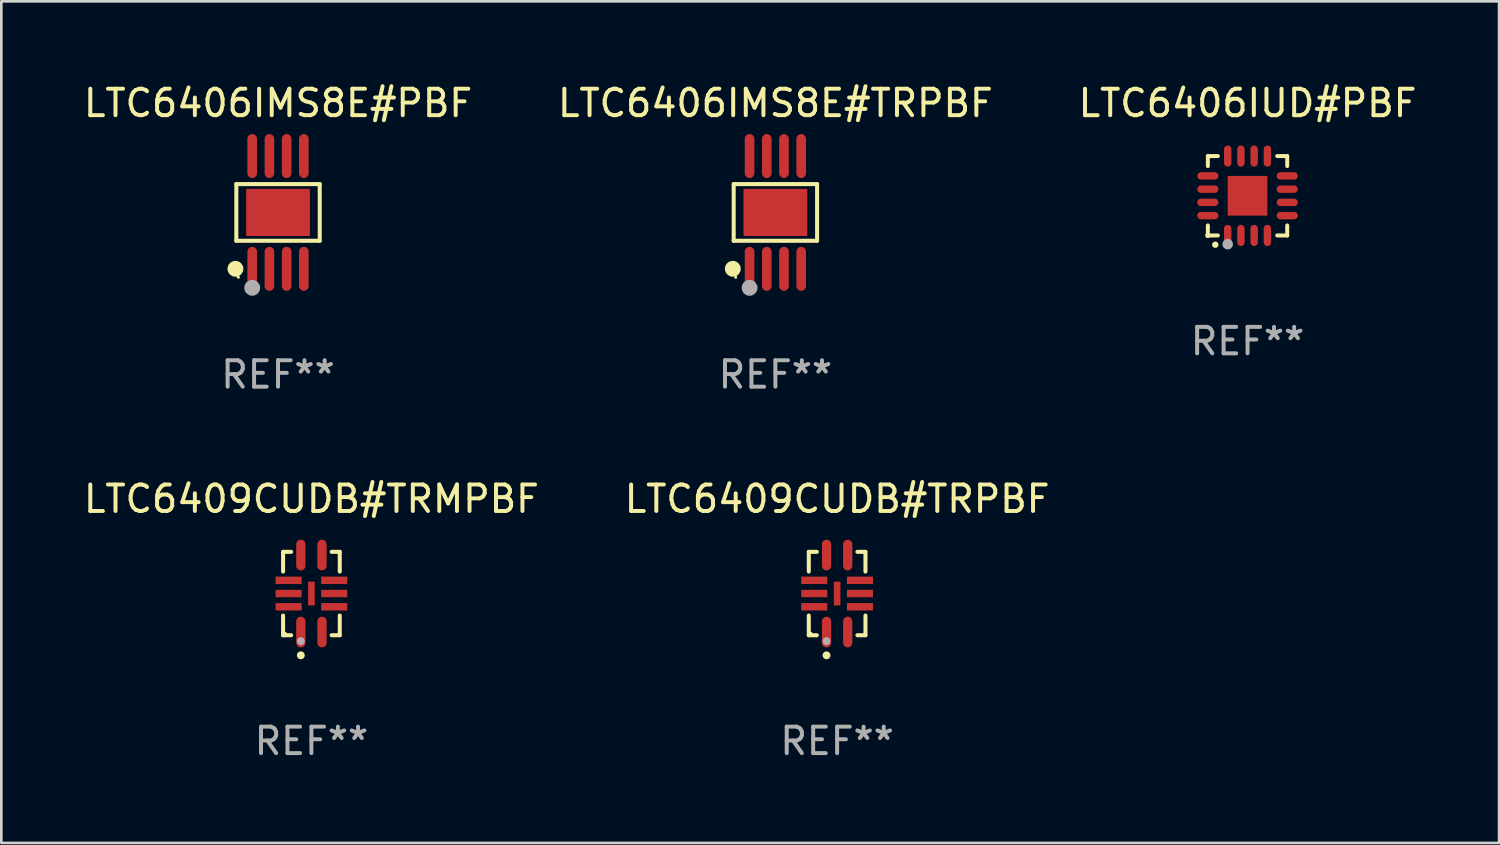
<source format=kicad_pcb>
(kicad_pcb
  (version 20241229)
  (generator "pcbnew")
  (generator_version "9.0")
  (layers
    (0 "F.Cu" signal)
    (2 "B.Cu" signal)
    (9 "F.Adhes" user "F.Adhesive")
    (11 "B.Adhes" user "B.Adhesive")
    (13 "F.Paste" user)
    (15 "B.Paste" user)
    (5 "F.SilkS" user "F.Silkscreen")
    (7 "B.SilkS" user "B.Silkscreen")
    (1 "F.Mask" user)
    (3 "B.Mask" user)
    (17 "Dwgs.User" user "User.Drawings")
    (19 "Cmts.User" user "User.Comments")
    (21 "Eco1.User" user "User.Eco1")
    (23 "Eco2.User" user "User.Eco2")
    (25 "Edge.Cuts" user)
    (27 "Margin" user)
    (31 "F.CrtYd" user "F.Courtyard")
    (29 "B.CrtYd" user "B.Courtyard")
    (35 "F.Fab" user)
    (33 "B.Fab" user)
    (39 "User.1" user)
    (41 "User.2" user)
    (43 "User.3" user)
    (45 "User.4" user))
  (footprint "LTC6406IMS8E#PBF"
    (layer "F.Cu")
    (at 7.458 4.979)
    (property "Reference" "LTC6406IMS8E#PBF" (at 0 -4.131 0) (layer "F.SilkS") (effects (font (size 1 1) (thickness 0.15))))
    (attr through_hole)
    (fp_line (start -1.576 -1.071) (end 1.576 -1.071) (stroke (width 0.152) (type solid)) (layer "F.SilkS"))
    (fp_line (start -1.576 1.071) (end -1.576 -1.071) (stroke (width 0.152) (type solid)) (layer "F.SilkS"))
    (fp_line (start 1.576 -1.071) (end 1.576 1.071) (stroke (width 0.152) (type solid)) (layer "F.SilkS"))
    (fp_line (start 1.576 1.071) (end -1.576 1.071) (stroke (width 0.152) (type solid)) (layer "F.SilkS"))
    (fp_circle (center -1.609 2.131) (end -1.459 2.131) (stroke (width 0.3) (type solid)) (fill no) (layer "F.SilkS"))
    (fp_circle (center -1.5 2.45) (end -1.47 2.45) (stroke (width 0.06) (type solid)) (fill no) (layer "F.SilkS"))
    (fp_circle (center -0.975 2.85) (end -0.825 2.85) (stroke (width 0.3) (type solid)) (fill no) (layer "F.Fab"))
    (fp_text user "REF**" (at 0 6.131 0) (layer "F.Fab") (effects (font (size 1 1) (thickness 0.15))))
    (pad "1" smd oval (at -0.975 2.131) (size 0.364 1.662) (layers "F.Cu" "F.Mask" "F.Paste"))
    (pad "2" smd oval (at -0.325 2.131) (size 0.364 1.662) (layers "F.Cu" "F.Mask" "F.Paste"))
    (pad "3" smd oval (at 0.325 2.131) (size 0.364 1.662) (layers "F.Cu" "F.Mask" "F.Paste"))
    (pad "4" smd oval (at 0.975 2.131) (size 0.364 1.662) (layers "F.Cu" "F.Mask" "F.Paste"))
    (pad "5" smd oval (at 0.975 -2.131) (size 0.364 1.662) (layers "F.Cu" "F.Mask" "F.Paste"))
    (pad "6" smd oval (at 0.325 -2.131) (size 0.364 1.662) (layers "F.Cu" "F.Mask" "F.Paste"))
    (pad "7" smd oval (at -0.325 -2.131) (size 0.364 1.662) (layers "F.Cu" "F.Mask" "F.Paste"))
    (pad "8" smd oval (at -0.975 -2.131) (size 0.364 1.662) (layers "F.Cu" "F.Mask" "F.Paste"))
    (pad "9" smd rect (at 0 0) (size 2.41 1.78) (layers "F.Cu" "F.Mask" "F.Paste")))
  (footprint "LTC6406IMS8E#TRPBF"
    (layer "F.Cu")
    (at 26.256 4.979)
    (property "Reference" "LTC6406IMS8E#TRPBF" (at 0 -4.131 0) (layer "F.SilkS") (effects (font (size 1 1) (thickness 0.15))))
    (attr through_hole)
    (fp_line (start -1.576 -1.071) (end 1.576 -1.071) (stroke (width 0.152) (type solid)) (layer "F.SilkS"))
    (fp_line (start -1.576 1.071) (end -1.576 -1.071) (stroke (width 0.152) (type solid)) (layer "F.SilkS"))
    (fp_line (start 1.576 -1.071) (end 1.576 1.071) (stroke (width 0.152) (type solid)) (layer "F.SilkS"))
    (fp_line (start 1.576 1.071) (end -1.576 1.071) (stroke (width 0.152) (type solid)) (layer "F.SilkS"))
    (fp_circle (center -1.609 2.131) (end -1.459 2.131) (stroke (width 0.3) (type solid)) (fill no) (layer "F.SilkS"))
    (fp_circle (center -1.5 2.45) (end -1.47 2.45) (stroke (width 0.06) (type solid)) (fill no) (layer "F.SilkS"))
    (fp_circle (center -0.975 2.85) (end -0.825 2.85) (stroke (width 0.3) (type solid)) (fill no) (layer "F.Fab"))
    (fp_text user "REF**" (at 0 6.131 0) (layer "F.Fab") (effects (font (size 1 1) (thickness 0.15))))
    (pad "1" smd oval (at -0.975 2.131) (size 0.364 1.662) (layers "F.Cu" "F.Mask" "F.Paste"))
    (pad "2" smd oval (at -0.325 2.131) (size 0.364 1.662) (layers "F.Cu" "F.Mask" "F.Paste"))
    (pad "3" smd oval (at 0.325 2.131) (size 0.364 1.662) (layers "F.Cu" "F.Mask" "F.Paste"))
    (pad "4" smd oval (at 0.975 2.131) (size 0.364 1.662) (layers "F.Cu" "F.Mask" "F.Paste"))
    (pad "5" smd oval (at 0.975 -2.131) (size 0.364 1.662) (layers "F.Cu" "F.Mask" "F.Paste"))
    (pad "6" smd oval (at 0.325 -2.131) (size 0.364 1.662) (layers "F.Cu" "F.Mask" "F.Paste"))
    (pad "7" smd oval (at -0.325 -2.131) (size 0.364 1.662) (layers "F.Cu" "F.Mask" "F.Paste"))
    (pad "8" smd oval (at -0.975 -2.131) (size 0.364 1.662) (layers "F.Cu" "F.Mask" "F.Paste"))
    (pad "9" smd rect (at 0 0) (size 2.41 1.78) (layers "F.Cu" "F.Mask" "F.Paste")))
  (footprint "LTC6409CUDB#TRMPBF"
    (layer "F.Cu")
    (at 8.72 19.383)
    (property "Reference" "LTC6409CUDB#TRMPBF" (at 0 -3.576 0) (layer "F.SilkS") (effects (font (size 1 1) (thickness 0.15))))
    (attr through_hole)
    (fp_line (start -1.071 -1.576) (end -0.766 -1.576) (stroke (width 0.152) (type solid)) (layer "F.SilkS"))
    (fp_line (start -1.071 -0.831) (end -1.071 -1.576) (stroke (width 0.152) (type solid)) (layer "F.SilkS"))
    (fp_line (start -1.071 0.831) (end -1.071 1.576) (stroke (width 0.152) (type solid)) (layer "F.SilkS"))
    (fp_line (start -1.071 1.576) (end -0.766 1.576) (stroke (width 0.152) (type solid)) (layer "F.SilkS"))
    (fp_line (start 1.071 -1.576) (end 0.766 -1.576) (stroke (width 0.152) (type solid)) (layer "F.SilkS"))
    (fp_line (start 1.071 -0.831) (end 1.071 -1.576) (stroke (width 0.152) (type solid)) (layer "F.SilkS"))
    (fp_line (start 1.071 0.831) (end 1.071 1.576) (stroke (width 0.152) (type solid)) (layer "F.SilkS"))
    (fp_line (start 1.071 1.576) (end 0.766 1.576) (stroke (width 0.152) (type solid)) (layer "F.SilkS"))
    (fp_circle (center -0.995 1.5) (end -0.965 1.5) (stroke (width 0.06) (type solid)) (fill no) (layer "F.SilkS"))
    (fp_circle (center -0.4 2.335) (end -0.325 2.335) (stroke (width 0.15) (type solid)) (fill no) (layer "F.SilkS"))
    (fp_circle (center -0.4 1.8) (end -0.325 1.8) (stroke (width 0.15) (type solid)) (fill no) (layer "F.Fab"))
    (fp_text user "REF**" (at 0 5.576 0) (layer "F.Fab") (effects (font (size 1 1) (thickness 0.15))))
    (pad "1" smd oval (at -0.4 1.455) (size 0.35 1.16) (layers "F.Cu" "F.Mask" "F.Paste"))
    (pad "2" smd oval (at 0.4 1.455) (size 0.35 1.16) (layers "F.Cu" "F.Mask" "F.Paste"))
    (pad "3" smd rect (at 0.863 0.5) (size 0.985 0.28) (layers "F.Cu" "F.Mask" "F.Paste"))
    (pad "4" smd rect (at 0.863 0) (size 0.985 0.28) (layers "F.Cu" "F.Mask" "F.Paste"))
    (pad "5" smd rect (at 0.863 -0.5) (size 0.985 0.28) (layers "F.Cu" "F.Mask" "F.Paste"))
    (pad "6" smd oval (at 0.4 -1.455) (size 0.35 1.16) (layers "F.Cu" "F.Mask" "F.Paste"))
    (pad "7" smd oval (at -0.4 -1.455) (size 0.35 1.16) (layers "F.Cu" "F.Mask" "F.Paste"))
    (pad "8" smd rect (at -0.863 -0.5) (size 0.985 0.28) (layers "F.Cu" "F.Mask" "F.Paste"))
    (pad "9" smd rect (at -0.863 0) (size 0.985 0.28) (layers "F.Cu" "F.Mask" "F.Paste"))
    (pad "10" smd rect (at -0.863 0.5) (size 0.985 0.28) (layers "F.Cu" "F.Mask" "F.Paste"))
    (pad "11" smd rect (at 0 0) (size 0.25 0.9) (layers "F.Cu" "F.Mask" "F.Paste")))
  (footprint "LTC6409CUDB#TRPBF"
    (layer "F.Cu")
    (at 28.589 19.383)
    (property "Reference" "LTC6409CUDB#TRPBF" (at 0 -3.576 0) (layer "F.SilkS") (effects (font (size 1 1) (thickness 0.15))))
    (attr through_hole)
    (fp_line (start -1.071 -1.576) (end -0.766 -1.576) (stroke (width 0.152) (type solid)) (layer "F.SilkS"))
    (fp_line (start -1.071 -0.831) (end -1.071 -1.576) (stroke (width 0.152) (type solid)) (layer "F.SilkS"))
    (fp_line (start -1.071 0.831) (end -1.071 1.576) (stroke (width 0.152) (type solid)) (layer "F.SilkS"))
    (fp_line (start -1.071 1.576) (end -0.766 1.576) (stroke (width 0.152) (type solid)) (layer "F.SilkS"))
    (fp_line (start 1.071 -1.576) (end 0.766 -1.576) (stroke (width 0.152) (type solid)) (layer "F.SilkS"))
    (fp_line (start 1.071 -0.831) (end 1.071 -1.576) (stroke (width 0.152) (type solid)) (layer "F.SilkS"))
    (fp_line (start 1.071 0.831) (end 1.071 1.576) (stroke (width 0.152) (type solid)) (layer "F.SilkS"))
    (fp_line (start 1.071 1.576) (end 0.766 1.576) (stroke (width 0.152) (type solid)) (layer "F.SilkS"))
    (fp_circle (center -0.995 1.5) (end -0.965 1.5) (stroke (width 0.06) (type solid)) (fill no) (layer "F.SilkS"))
    (fp_circle (center -0.4 2.335) (end -0.325 2.335) (stroke (width 0.15) (type solid)) (fill no) (layer "F.SilkS"))
    (fp_circle (center -0.4 1.8) (end -0.325 1.8) (stroke (width 0.15) (type solid)) (fill no) (layer "F.Fab"))
    (fp_text user "REF**" (at 0 5.576 0) (layer "F.Fab") (effects (font (size 1 1) (thickness 0.15))))
    (pad "1" smd oval (at -0.4 1.455) (size 0.35 1.16) (layers "F.Cu" "F.Mask" "F.Paste"))
    (pad "2" smd oval (at 0.4 1.455) (size 0.35 1.16) (layers "F.Cu" "F.Mask" "F.Paste"))
    (pad "3" smd rect (at 0.863 0.5) (size 0.985 0.28) (layers "F.Cu" "F.Mask" "F.Paste"))
    (pad "4" smd rect (at 0.863 0) (size 0.985 0.28) (layers "F.Cu" "F.Mask" "F.Paste"))
    (pad "5" smd rect (at 0.863 -0.5) (size 0.985 0.28) (layers "F.Cu" "F.Mask" "F.Paste"))
    (pad "6" smd oval (at 0.4 -1.455) (size 0.35 1.16) (layers "F.Cu" "F.Mask" "F.Paste"))
    (pad "7" smd oval (at -0.4 -1.455) (size 0.35 1.16) (layers "F.Cu" "F.Mask" "F.Paste"))
    (pad "8" smd rect (at -0.863 -0.5) (size 0.985 0.28) (layers "F.Cu" "F.Mask" "F.Paste"))
    (pad "9" smd rect (at -0.863 0) (size 0.985 0.28) (layers "F.Cu" "F.Mask" "F.Paste"))
    (pad "10" smd rect (at -0.863 0.5) (size 0.985 0.28) (layers "F.Cu" "F.Mask" "F.Paste"))
    (pad "11" smd rect (at 0 0) (size 0.25 0.9) (layers "F.Cu" "F.Mask" "F.Paste")))
  (footprint "LTC6406IUD#PBF"
    (layer "F.Cu")
    (at 44.101 4.349)
    (property "Reference" "LTC6406IUD#PBF" (at 0 -3.5 0) (layer "F.SilkS") (effects (font (size 1 1) (thickness 0.15))))
    (attr through_hole)
    (fp_line (start -1.5 -1.5) (end -1.121 -1.5) (stroke (width 0.15) (type solid)) (layer "F.SilkS"))
    (fp_line (start -1.5 -1.122) (end -1.5 -1.5) (stroke (width 0.15) (type solid)) (layer "F.SilkS"))
    (fp_line (start -1.5 1.5) (end -1.5 1.121) (stroke (width 0.15) (type solid)) (layer "F.SilkS"))
    (fp_line (start -1.121 1.5) (end -1.5 1.5) (stroke (width 0.15) (type solid)) (layer "F.SilkS"))
    (fp_line (start 1.121 -1.5) (end 1.5 -1.5) (stroke (width 0.15) (type solid)) (layer "F.SilkS"))
    (fp_line (start 1.5 -1.5) (end 1.5 -1.122) (stroke (width 0.15) (type solid)) (layer "F.SilkS"))
    (fp_line (start 1.5 1.121) (end 1.5 1.5) (stroke (width 0.15) (type solid)) (layer "F.SilkS"))
    (fp_line (start 1.5 1.5) (end 1.121 1.5) (stroke (width 0.15) (type solid)) (layer "F.SilkS"))
    (fp_arc (start -1.219926 1.850254) (mid -1.21891 1.85025) (end -1.217894 1.850254) (stroke (width 0.240005) (type solid)) (layer "F.SilkS"))
    (fp_circle (center -1.5 1.5) (end -1.45 1.5) (stroke (width 0.1) (type solid)) (fill no) (layer "F.SilkS"))
    (fp_circle (center -0.75 1.83) (end -0.65 1.83) (stroke (width 0.2) (type solid)) (fill no) (layer "F.Fab"))
    (fp_text user "REF**" (at 0 5.5 0) (layer "F.Fab") (effects (font (size 1 1) (thickness 0.15))))
    (pad "1" smd oval (at -0.75 1.5) (size 0.28 0.8) (layers "F.Cu" "F.Mask" "F.Paste"))
    (pad "2" smd oval (at -0.25 1.5) (size 0.28 0.8) (layers "F.Cu" "F.Mask" "F.Paste"))
    (pad "3" smd oval (at 0.25 1.5) (size 0.28 0.8) (layers "F.Cu" "F.Mask" "F.Paste"))
    (pad "4" smd oval (at 0.75 1.5) (size 0.28 0.8) (layers "F.Cu" "F.Mask" "F.Paste"))
    (pad "5" smd oval (at 1.5 0.75) (size 0.8 0.28) (layers "F.Cu" "F.Mask" "F.Paste"))
    (pad "6" smd oval (at 1.5 0.25) (size 0.8 0.28) (layers "F.Cu" "F.Mask" "F.Paste"))
    (pad "7" smd oval (at 1.5 -0.25) (size 0.8 0.28) (layers "F.Cu" "F.Mask" "F.Paste"))
    (pad "8" smd oval (at 1.5 -0.75) (size 0.8 0.28) (layers "F.Cu" "F.Mask" "F.Paste"))
    (pad "9" smd oval (at 0.75 -1.5) (size 0.28 0.8) (layers "F.Cu" "F.Mask" "F.Paste"))
    (pad "10" smd oval (at 0.25 -1.5) (size 0.28 0.8) (layers "F.Cu" "F.Mask" "F.Paste"))
    (pad "11" smd oval (at -0.25 -1.5) (size 0.28 0.8) (layers "F.Cu" "F.Mask" "F.Paste"))
    (pad "12" smd oval (at -0.75 -1.5) (size 0.28 0.8) (layers "F.Cu" "F.Mask" "F.Paste"))
    (pad "13" smd oval (at -1.5 -0.75) (size 0.8 0.28) (layers "F.Cu" "F.Mask" "F.Paste"))
    (pad "14" smd oval (at -1.5 -0.25) (size 0.8 0.28) (layers "F.Cu" "F.Mask" "F.Paste"))
    (pad "15" smd oval (at -1.5 0.25) (size 0.8 0.28) (layers "F.Cu" "F.Mask" "F.Paste"))
    (pad "16" smd oval (at -1.5 0.75) (size 0.8 0.28) (layers "F.Cu" "F.Mask" "F.Paste"))
    (pad "17" smd rect (at -0.000064 0.000165) (size 1.5 1.5) (layers "F.Cu" "F.Mask" "F.Paste")))
  (gr_rect
    (start -3 -3)
    (end 53.607 28.808)
    (stroke (width 0.1) (type default))
    (fill no)
    (layer "Edge.Cuts")))
</source>
